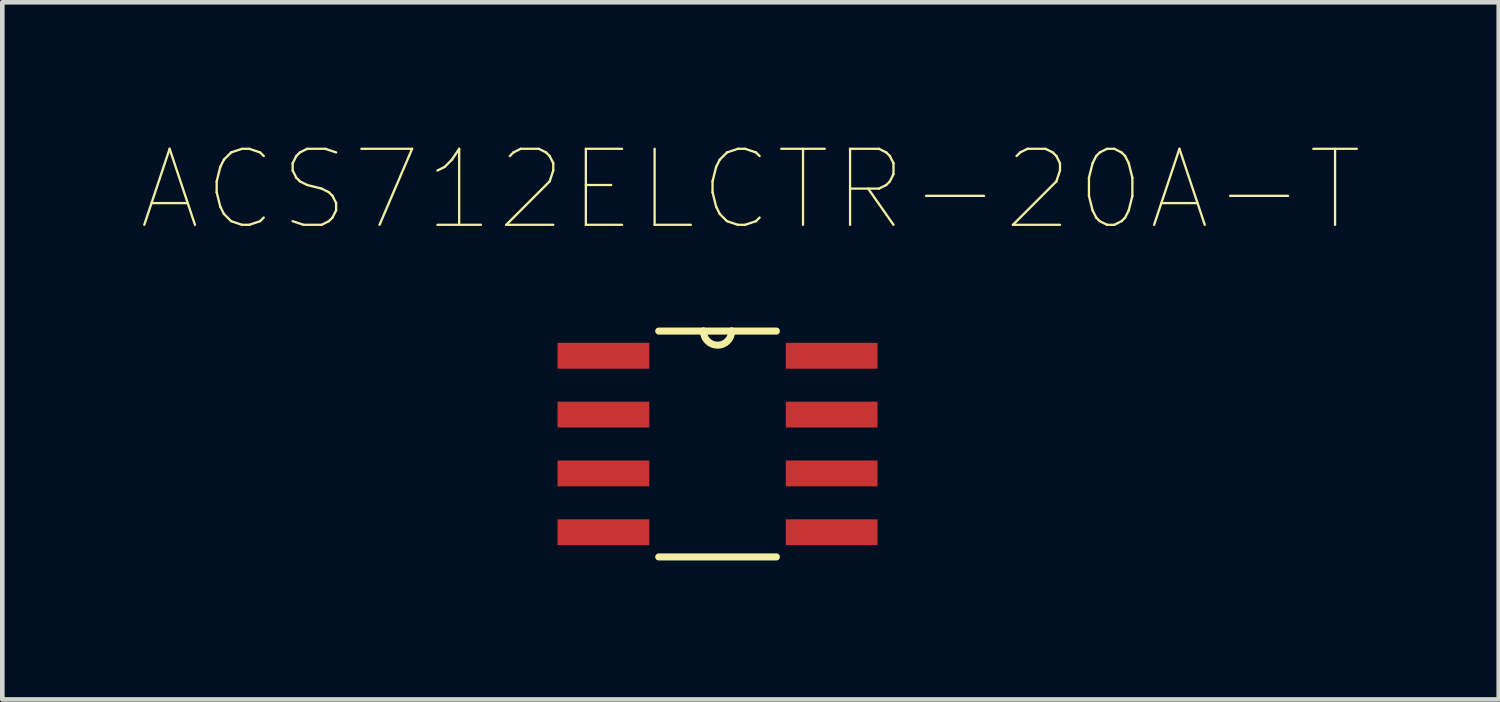
<source format=kicad_pcb>
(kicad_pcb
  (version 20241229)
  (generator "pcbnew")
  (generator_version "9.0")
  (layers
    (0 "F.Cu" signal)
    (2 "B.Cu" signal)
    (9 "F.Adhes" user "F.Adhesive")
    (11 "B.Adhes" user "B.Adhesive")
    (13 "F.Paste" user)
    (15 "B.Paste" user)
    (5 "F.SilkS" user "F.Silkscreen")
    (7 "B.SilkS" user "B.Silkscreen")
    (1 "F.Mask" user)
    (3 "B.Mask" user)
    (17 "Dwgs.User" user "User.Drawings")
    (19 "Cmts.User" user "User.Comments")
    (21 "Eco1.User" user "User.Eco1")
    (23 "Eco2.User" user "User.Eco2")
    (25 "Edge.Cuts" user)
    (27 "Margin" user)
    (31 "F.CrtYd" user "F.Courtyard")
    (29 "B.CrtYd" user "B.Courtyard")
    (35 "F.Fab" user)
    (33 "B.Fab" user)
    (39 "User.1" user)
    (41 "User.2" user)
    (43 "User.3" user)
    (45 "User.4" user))
  (footprint "ACS712ELCTR-20A-T"
    (layer "F.Cu")
    (at 12.442 6.536)
    (property "Reference" "ACS712ELCTR-20A-T" (at 0.712 -5.489 0) (layer "F.SilkS") (effects (font (size 1.641 1.641) (thickness 0.05))))
    (attr smd)
    (fp_line (start -1.27 2.438) (end 1.27 2.438) (stroke (width 0.152) (type solid)) (layer "F.SilkS"))
    (fp_line (start -0.305 -2.438) (end -1.27 -2.438) (stroke (width 0.152) (type solid)) (layer "F.SilkS"))
    (fp_line (start 0.305 -2.438) (end -0.305 -2.438) (stroke (width 0.152) (type solid)) (layer "F.SilkS"))
    (fp_line (start 1.27 -2.438) (end 0.305 -2.438) (stroke (width 0.152) (type solid)) (layer "F.SilkS"))
    (fp_arc (start 0.3048 -2.4384) (mid 0 -2.1336) (end -0.3048 -2.4384) (stroke (width 0.1524) (type solid)) (layer "F.SilkS"))
    (fp_line (start -3.099 -2.159) (end -3.099 -1.651) (stroke (width 0.1) (type solid)) (layer "Eco2.User"))
    (fp_line (start -3.099 -1.651) (end -1.956 -1.651) (stroke (width 0.1) (type solid)) (layer "Eco2.User"))
    (fp_line (start -3.099 -0.889) (end -3.099 -0.381) (stroke (width 0.1) (type solid)) (layer "Eco2.User"))
    (fp_line (start -3.099 -0.381) (end -1.956 -0.381) (stroke (width 0.1) (type solid)) (layer "Eco2.User"))
    (fp_line (start -3.099 0.381) (end -3.099 0.889) (stroke (width 0.1) (type solid)) (layer "Eco2.User"))
    (fp_line (start -3.099 0.889) (end -1.956 0.889) (stroke (width 0.1) (type solid)) (layer "Eco2.User"))
    (fp_line (start -3.099 1.651) (end -3.099 2.159) (stroke (width 0.1) (type solid)) (layer "Eco2.User"))
    (fp_line (start -3.099 2.159) (end -1.956 2.159) (stroke (width 0.1) (type solid)) (layer "Eco2.User"))
    (fp_line (start -1.956 -2.438) (end -1.956 2.438) (stroke (width 0.1) (type solid)) (layer "Eco2.User"))
    (fp_line (start -1.956 -2.159) (end -3.099 -2.159) (stroke (width 0.1) (type solid)) (layer "Eco2.User"))
    (fp_line (start -1.956 -1.651) (end -1.956 -2.159) (stroke (width 0.1) (type solid)) (layer "Eco2.User"))
    (fp_line (start -1.956 -0.889) (end -3.099 -0.889) (stroke (width 0.1) (type solid)) (layer "Eco2.User"))
    (fp_line (start -1.956 -0.381) (end -1.956 -0.889) (stroke (width 0.1) (type solid)) (layer "Eco2.User"))
    (fp_line (start -1.956 0.381) (end -3.099 0.381) (stroke (width 0.1) (type solid)) (layer "Eco2.User"))
    (fp_line (start -1.956 0.889) (end -1.956 0.381) (stroke (width 0.1) (type solid)) (layer "Eco2.User"))
    (fp_line (start -1.956 1.651) (end -3.099 1.651) (stroke (width 0.1) (type solid)) (layer "Eco2.User"))
    (fp_line (start -1.956 2.159) (end -1.956 1.651) (stroke (width 0.1) (type solid)) (layer "Eco2.User"))
    (fp_line (start -1.956 2.438) (end 1.956 2.438) (stroke (width 0.1) (type solid)) (layer "Eco2.User"))
    (fp_line (start -0.305 -2.438) (end -1.956 -2.438) (stroke (width 0.1) (type solid)) (layer "Eco2.User"))
    (fp_line (start 0.305 -2.438) (end -0.305 -2.438) (stroke (width 0.1) (type solid)) (layer "Eco2.User"))
    (fp_line (start 1.956 -2.438) (end 0.305 -2.438) (stroke (width 0.1) (type solid)) (layer "Eco2.User"))
    (fp_line (start 1.956 -2.159) (end 1.956 -1.651) (stroke (width 0.1) (type solid)) (layer "Eco2.User"))
    (fp_line (start 1.956 -1.651) (end 3.099 -1.651) (stroke (width 0.1) (type solid)) (layer "Eco2.User"))
    (fp_line (start 1.956 -0.889) (end 1.956 -0.381) (stroke (width 0.1) (type solid)) (layer "Eco2.User"))
    (fp_line (start 1.956 -0.381) (end 3.099 -0.381) (stroke (width 0.1) (type solid)) (layer "Eco2.User"))
    (fp_line (start 1.956 0.381) (end 1.956 0.889) (stroke (width 0.1) (type solid)) (layer "Eco2.User"))
    (fp_line (start 1.956 0.889) (end 3.099 0.889) (stroke (width 0.1) (type solid)) (layer "Eco2.User"))
    (fp_line (start 1.956 1.651) (end 1.956 2.159) (stroke (width 0.1) (type solid)) (layer "Eco2.User"))
    (fp_line (start 1.956 2.159) (end 3.099 2.159) (stroke (width 0.1) (type solid)) (layer "Eco2.User"))
    (fp_line (start 1.956 2.438) (end 1.956 -2.438) (stroke (width 0.1) (type solid)) (layer "Eco2.User"))
    (fp_line (start 3.099 -2.159) (end 1.956 -2.159) (stroke (width 0.1) (type solid)) (layer "Eco2.User"))
    (fp_line (start 3.099 -1.651) (end 3.099 -2.159) (stroke (width 0.1) (type solid)) (layer "Eco2.User"))
    (fp_line (start 3.099 -0.889) (end 1.956 -0.889) (stroke (width 0.1) (type solid)) (layer "Eco2.User"))
    (fp_line (start 3.099 -0.381) (end 3.099 -0.889) (stroke (width 0.1) (type solid)) (layer "Eco2.User"))
    (fp_line (start 3.099 0.381) (end 1.956 0.381) (stroke (width 0.1) (type solid)) (layer "Eco2.User"))
    (fp_line (start 3.099 0.889) (end 3.099 0.381) (stroke (width 0.1) (type solid)) (layer "Eco2.User"))
    (fp_line (start 3.099 1.651) (end 1.956 1.651) (stroke (width 0.1) (type solid)) (layer "Eco2.User"))
    (fp_line (start 3.099 2.159) (end 3.099 1.651) (stroke (width 0.1) (type solid)) (layer "Eco2.User"))
    (fp_arc (start 0.3048 -2.4384) (mid 0 -2.1336) (end -0.3048 -2.4384) (stroke (width 0.1) (type solid)) (layer "Eco2.User"))
    (pad "1" smd rect (at -2.464 -1.905) (size 1.981 0.559) (layers "F.Cu" "F.Mask" "F.Paste"))
    (pad "2" smd rect (at -2.464 -0.635) (size 1.981 0.559) (layers "F.Cu" "F.Mask" "F.Paste"))
    (pad "3" smd rect (at -2.464 0.635) (size 1.981 0.559) (layers "F.Cu" "F.Mask" "F.Paste"))
    (pad "4" smd rect (at -2.464 1.905) (size 1.981 0.559) (layers "F.Cu" "F.Mask" "F.Paste"))
    (pad "5" smd rect (at 2.464 1.905) (size 1.981 0.559) (layers "F.Cu" "F.Mask" "F.Paste"))
    (pad "6" smd rect (at 2.464 0.635) (size 1.981 0.559) (layers "F.Cu" "F.Mask" "F.Paste"))
    (pad "7" smd rect (at 2.464 -0.635) (size 1.981 0.559) (layers "F.Cu" "F.Mask" "F.Paste"))
    (pad "8" smd rect (at 2.464 -1.905) (size 1.981 0.559) (layers "F.Cu" "F.Mask" "F.Paste")))
  (gr_rect
    (start -3 -3)
    (end 29.308 12.051)
    (stroke (width 0.1) (type default))
    (fill no)
    (layer "Edge.Cuts")))
</source>
